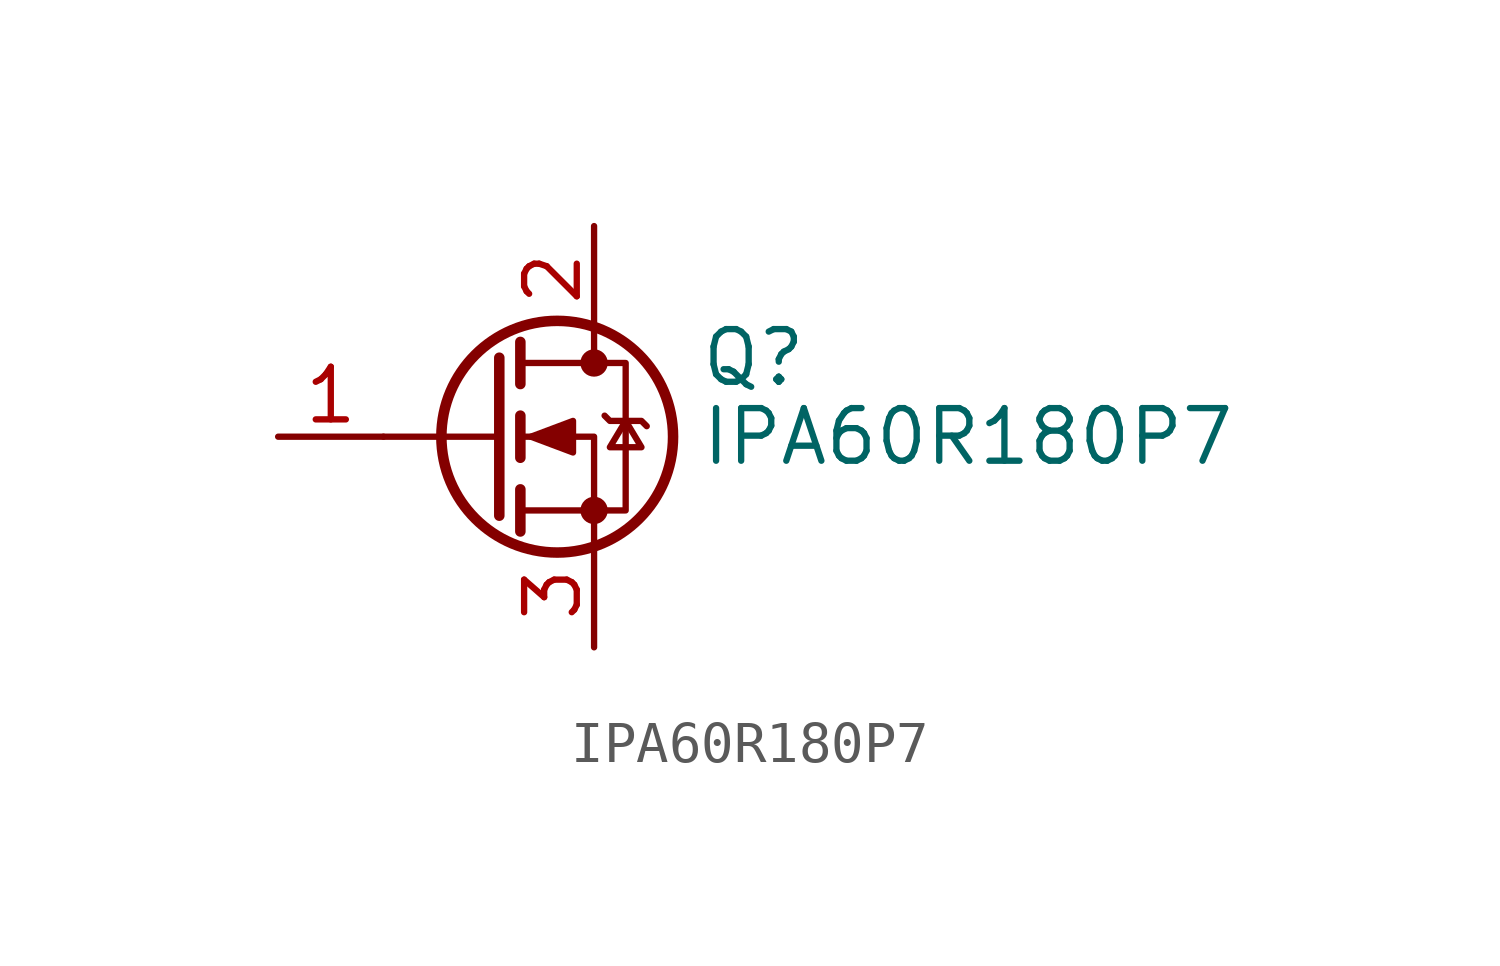
<source format=kicad_sym>
(kicad_symbol_lib
  (version 20231120)
  (generator "kicad_symbol_editor")
  (generator_version "8.0")
  (symbol "IPA60R180P7"
    (pin_names hide)
    (property "Reference" "Q"
      (at 5.08 1.905 0)
      (effects (font (size 1.27 1.27)) (justify left)))
    (property "Value" "IPA60R180P7"
      (at 5.08 0 0)
      (effects (font (size 1.27 1.27)) (justify left)))
    (symbol "IPA60R180P7_0_1"
      (polyline (pts (xy 0.254 0) (xy -2.54 0)) (stroke (width 0) (type default)) (fill (type none)))
      (polyline (pts (xy 0.254 1.905) (xy 0.254 -1.905)) (stroke (width 0.254) (type default)) (fill (type none)))
      (polyline (pts (xy 0.762 -1.27) (xy 0.762 -2.286)) (stroke (width 0.254) (type default)) (fill (type none)))
      (polyline (pts (xy 0.762 0.508) (xy 0.762 -0.508)) (stroke (width 0.254) (type default)) (fill (type none)))
      (polyline (pts (xy 0.762 2.286) (xy 0.762 1.27)) (stroke (width 0.254) (type default)) (fill (type none)))
      (polyline (pts (xy 2.54 2.54) (xy 2.54 1.778)) (stroke (width 0) (type default)) (fill (type none)))
      (polyline (pts (xy 2.54 -2.54) (xy 2.54 0) (xy 0.762 0)) (stroke (width 0) (type default)) (fill (type none)))
      (polyline (pts (xy 0.762 -1.778) (xy 3.302 -1.778) (xy 3.302 1.778) (xy 0.762 1.778)) (stroke (width 0) (type default)) (fill (type none)))
      (polyline (pts (xy 1.016 0) (xy 2.032 0.381) (xy 2.032 -0.381) (xy 1.016 0)) (stroke (width 0) (type default)) (fill (type outline)))
      (polyline (pts (xy 2.794 0.508) (xy 2.921 0.381) (xy 3.683 0.381) (xy 3.81 0.254)) (stroke (width 0) (type default)) (fill (type none)))
      (polyline (pts (xy 3.302 0.381) (xy 2.921 -0.254) (xy 3.683 -0.254) (xy 3.302 0.381)) (stroke (width 0) (type default)) (fill (type none)))
      (circle (center 1.651 0) (radius 2.794) (stroke (width 0.254) (type default)) (fill (type none)))
      (circle (center 2.54 -1.778) (radius 0.254) (stroke (width 0) (type default)) (fill (type outline)))
      (circle (center 2.54 1.778) (radius 0.254) (stroke (width 0) (type default)) (fill (type outline))))
    (symbol "IPA60R180P7_1_1"
      (pin input line (at -5.08 0 0) (length 2.54) (name "G" (effects (font (size 1.27 1.27)))) (number "1" (effects (font (size 1.27 1.27)))))
      (pin passive line (at 2.54 5.08 270) (length 2.54) (name "D" (effects (font (size 1.27 1.27)))) (number "2" (effects (font (size 1.27 1.27)))))
      (pin passive line (at 2.54 -5.08 90) (length 2.54) (name "S" (effects (font (size 1.27 1.27)))) (number "3" (effects (font (size 1.27 1.27))))))))
</source>
